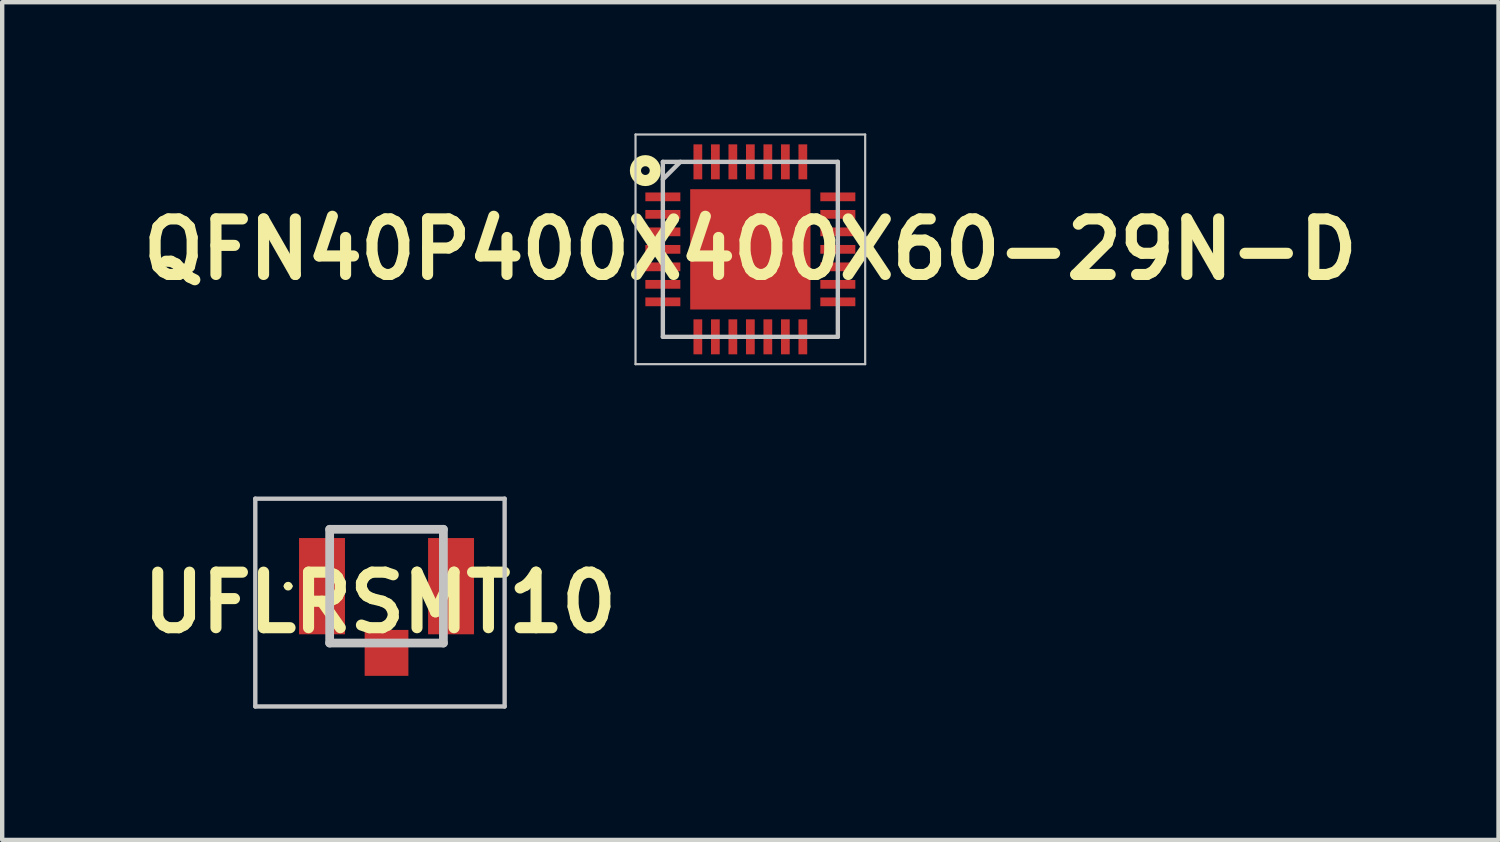
<source format=kicad_pcb>
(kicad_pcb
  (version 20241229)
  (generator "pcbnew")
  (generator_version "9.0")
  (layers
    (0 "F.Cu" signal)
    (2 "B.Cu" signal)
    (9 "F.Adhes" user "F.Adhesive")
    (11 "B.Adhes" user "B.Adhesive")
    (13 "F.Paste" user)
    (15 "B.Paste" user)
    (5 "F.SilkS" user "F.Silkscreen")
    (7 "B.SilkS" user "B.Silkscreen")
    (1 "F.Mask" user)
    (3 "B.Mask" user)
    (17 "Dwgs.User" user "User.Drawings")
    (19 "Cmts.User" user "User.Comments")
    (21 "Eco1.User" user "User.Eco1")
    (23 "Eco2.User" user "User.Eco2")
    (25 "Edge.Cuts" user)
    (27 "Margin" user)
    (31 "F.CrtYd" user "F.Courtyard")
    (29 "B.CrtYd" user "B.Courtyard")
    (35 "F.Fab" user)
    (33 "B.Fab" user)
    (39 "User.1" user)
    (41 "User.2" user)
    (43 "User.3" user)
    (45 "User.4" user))
  (footprint "UFLRSMT10"
    (layer "F.Cu")
    (at 5.786 10.35)
    (property "Reference" "UFLRSMT10" (at -0.15 0.375 0) (layer "F.SilkS") (effects (font (size 1.27 1.27) (thickness 0.254))))
    (attr smd)
    (fp_line (start -2.3 0) (end -2.3 0) (stroke (width 0.1) (type solid)) (layer "F.SilkS"))
    (fp_line (start -2.2 0) (end -2.2 0) (stroke (width 0.1) (type solid)) (layer "F.SilkS"))
    (fp_line (start -1 -1.3) (end 0.952 -1.3) (stroke (width 0.1) (type solid)) (layer "F.SilkS"))
    (fp_line (start -0.943 1.3) (end -1.25 1.3) (stroke (width 0.1) (type solid)) (layer "F.SilkS"))
    (fp_line (start 0.75 1.3) (end 0.952 1.3) (stroke (width 0.1) (type solid)) (layer "F.SilkS"))
    (fp_arc (start -2.3 0) (mid -2.25 -0.05) (end -2.2 0) (stroke (width 0.1) (type solid)) (layer "F.SilkS"))
    (fp_arc (start -2.2 0) (mid -2.25 0.05) (end -2.3 0) (stroke (width 0.1) (type solid)) (layer "F.SilkS"))
    (fp_line (start -3 -2) (end 2.7 -2) (stroke (width 0.1) (type solid)) (layer "Dwgs.User"))
    (fp_line (start -3 2.75) (end -3 -2) (stroke (width 0.1) (type solid)) (layer "Dwgs.User"))
    (fp_line (start -1.3 -1.3) (end 1.3 -1.3) (stroke (width 0.2) (type solid)) (layer "Dwgs.User"))
    (fp_line (start -1.3 1.3) (end -1.3 -1.3) (stroke (width 0.2) (type solid)) (layer "Dwgs.User"))
    (fp_line (start 1.3 -1.3) (end 1.3 1.3) (stroke (width 0.2) (type solid)) (layer "Dwgs.User"))
    (fp_line (start 1.3 1.3) (end -1.3 1.3) (stroke (width 0.2) (type solid)) (layer "Dwgs.User"))
    (fp_line (start 2.7 -2) (end 2.7 2.75) (stroke (width 0.1) (type solid)) (layer "Dwgs.User"))
    (fp_line (start 2.7 2.75) (end -3 2.75) (stroke (width 0.1) (type solid)) (layer "Dwgs.User"))
    (pad "1" smd rect (at -1.475 0) (size 1.05 2.2) (layers "F.Cu" "F.Mask" "F.Paste"))
    (pad "2" smd rect (at 1.475 0) (size 1.05 2.2) (layers "F.Cu" "F.Mask" "F.Paste"))
    (pad "3" smd rect (at 0 1.525) (size 1 1.05) (layers "F.Cu" "F.Mask" "F.Paste")))
  (footprint "QFN40P400X400X60-29N-D"
    (layer "F.Cu")
    (at 14.103 2.65)
    (property "Reference" "QFN40P400X400X60-29N-D" (at 0 0 0) (layer "F.SilkS") (effects (font (size 1.27 1.27) (thickness 0.254))))
    (attr smd)
    (fp_circle (center -2.4 -1.8) (end -2.3 -1.8) (stroke (width 0.254) (type solid)) (fill no) (layer "F.SilkS"))
    (fp_line (start -2.625 -2.625) (end 2.625 -2.625) (stroke (width 0.05) (type solid)) (layer "Dwgs.User"))
    (fp_line (start -2.625 2.625) (end -2.625 -2.625) (stroke (width 0.05) (type solid)) (layer "Dwgs.User"))
    (fp_line (start -2 -2) (end 2 -2) (stroke (width 0.1) (type solid)) (layer "Dwgs.User"))
    (fp_line (start -2 -1.6) (end -1.6 -2) (stroke (width 0.1) (type solid)) (layer "Dwgs.User"))
    (fp_line (start -2 2) (end -2 -2) (stroke (width 0.1) (type solid)) (layer "Dwgs.User"))
    (fp_line (start 2 -2) (end 2 2) (stroke (width 0.1) (type solid)) (layer "Dwgs.User"))
    (fp_line (start 2 2) (end -2 2) (stroke (width 0.1) (type solid)) (layer "Dwgs.User"))
    (fp_line (start 2.625 -2.625) (end 2.625 2.625) (stroke (width 0.05) (type solid)) (layer "Dwgs.User"))
    (fp_line (start 2.625 2.625) (end -2.625 2.625) (stroke (width 0.05) (type solid)) (layer "Dwgs.User"))
    (pad "1" smd rect (at -2 -1.2 90) (size 0.2 0.8) (layers "F.Cu" "F.Mask" "F.Paste"))
    (pad "2" smd rect (at -2 -0.8 90) (size 0.2 0.8) (layers "F.Cu" "F.Mask" "F.Paste"))
    (pad "3" smd rect (at -2 -0.4 90) (size 0.2 0.8) (layers "F.Cu" "F.Mask" "F.Paste"))
    (pad "4" smd rect (at -2 0 90) (size 0.2 0.8) (layers "F.Cu" "F.Mask" "F.Paste"))
    (pad "5" smd rect (at -2 0.4 90) (size 0.2 0.8) (layers "F.Cu" "F.Mask" "F.Paste"))
    (pad "6" smd rect (at -2 0.8 90) (size 0.2 0.8) (layers "F.Cu" "F.Mask" "F.Paste"))
    (pad "7" smd rect (at -2 1.2 90) (size 0.2 0.8) (layers "F.Cu" "F.Mask" "F.Paste"))
    (pad "8" smd rect (at -1.2 2) (size 0.2 0.8) (layers "F.Cu" "F.Mask" "F.Paste"))
    (pad "9" smd rect (at -0.8 2) (size 0.2 0.8) (layers "F.Cu" "F.Mask" "F.Paste"))
    (pad "10" smd rect (at -0.4 2) (size 0.2 0.8) (layers "F.Cu" "F.Mask" "F.Paste"))
    (pad "11" smd rect (at 0 2) (size 0.2 0.8) (layers "F.Cu" "F.Mask" "F.Paste"))
    (pad "12" smd rect (at 0.4 2) (size 0.2 0.8) (layers "F.Cu" "F.Mask" "F.Paste"))
    (pad "13" smd rect (at 0.8 2) (size 0.2 0.8) (layers "F.Cu" "F.Mask" "F.Paste"))
    (pad "14" smd rect (at 1.2 2) (size 0.2 0.8) (layers "F.Cu" "F.Mask" "F.Paste"))
    (pad "15" smd rect (at 2 1.2 90) (size 0.2 0.8) (layers "F.Cu" "F.Mask" "F.Paste"))
    (pad "16" smd rect (at 2 0.8 90) (size 0.2 0.8) (layers "F.Cu" "F.Mask" "F.Paste"))
    (pad "17" smd rect (at 2 0.4 90) (size 0.2 0.8) (layers "F.Cu" "F.Mask" "F.Paste"))
    (pad "18" smd rect (at 2 0 90) (size 0.2 0.8) (layers "F.Cu" "F.Mask" "F.Paste"))
    (pad "19" smd rect (at 2 -0.4 90) (size 0.2 0.8) (layers "F.Cu" "F.Mask" "F.Paste"))
    (pad "20" smd rect (at 2 -0.8 90) (size 0.2 0.8) (layers "F.Cu" "F.Mask" "F.Paste"))
    (pad "21" smd rect (at 2 -1.2 90) (size 0.2 0.8) (layers "F.Cu" "F.Mask" "F.Paste"))
    (pad "22" smd rect (at 1.2 -2) (size 0.2 0.8) (layers "F.Cu" "F.Mask" "F.Paste"))
    (pad "23" smd rect (at 0.8 -2) (size 0.2 0.8) (layers "F.Cu" "F.Mask" "F.Paste"))
    (pad "24" smd rect (at 0.4 -2) (size 0.2 0.8) (layers "F.Cu" "F.Mask" "F.Paste"))
    (pad "25" smd rect (at 0 -2) (size 0.2 0.8) (layers "F.Cu" "F.Mask" "F.Paste"))
    (pad "26" smd rect (at -0.4 -2) (size 0.2 0.8) (layers "F.Cu" "F.Mask" "F.Paste"))
    (pad "27" smd rect (at -0.8 -2) (size 0.2 0.8) (layers "F.Cu" "F.Mask" "F.Paste"))
    (pad "28" smd rect (at -1.2 -2) (size 0.2 0.8) (layers "F.Cu" "F.Mask" "F.Paste"))
    (pad "29" smd rect (at 0 0) (size 2.75 2.75) (layers "F.Cu" "F.Mask" "F.Paste")))
  (gr_rect
    (start -3 -3)
    (end 31.206 16.15)
    (stroke (width 0.1) (type default))
    (fill no)
    (layer "Edge.Cuts")))
</source>
